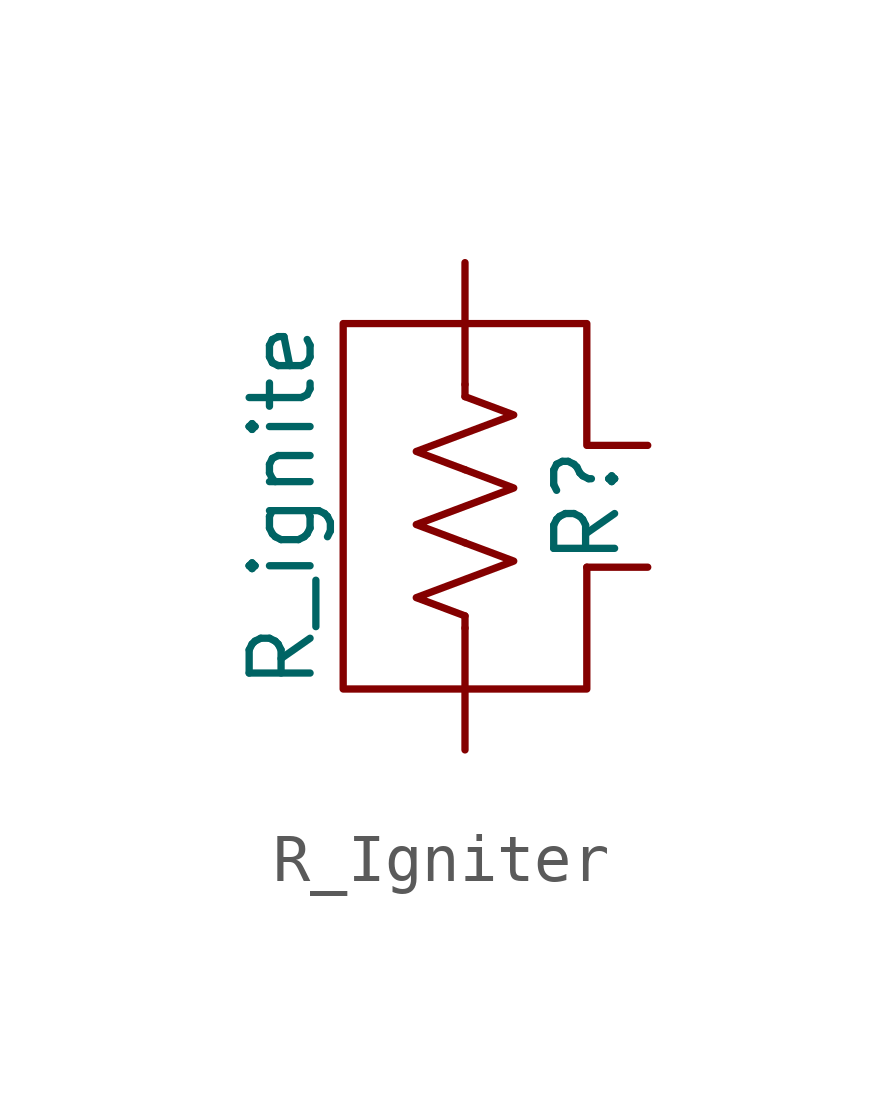
<source format=kicad_sym>
(kicad_symbol_lib
  (version 20231120)
  (generator "kicad_symbol_editor")
  (generator_version "8.0")
  (symbol "R_Igniter"
    (pin_numbers hide)
    (pin_names
      (offset 0))
    (property "Reference" "R"
      (at 2.54 0 90)
      (effects (font (size 1.27 1.27))))
    (property "Value" "R_ignite"
      (at -3.81 0 90)
      (effects (font (size 1.27 1.27))))
    (symbol "R_Igniter_0_1"
      (polyline (pts (xy 0 -2.54) (xy 0 -3.81)) (stroke (width 0) (type default)) (fill (type none)))
      (polyline (pts (xy 0 -2.286) (xy 0 -2.54)) (stroke (width 0) (type default)) (fill (type none)))
      (polyline (pts (xy 0 2.286) (xy 0 2.54)) (stroke (width 0) (type default)) (fill (type none)))
      (polyline (pts (xy 0 2.54) (xy 0 3.81)) (stroke (width 0) (type default)) (fill (type none)))
      (polyline (pts (xy 2.54 -1.27) (xy 3.81 -1.27)) (stroke (width 0) (type default)) (fill (type none)))
      (polyline (pts (xy 0 -0.762) (xy 1.016 -1.143) (xy 0 -1.524) (xy -1.016 -1.905) (xy 0 -2.286)) (stroke (width 0) (type default)) (fill (type none)))
      (polyline (pts (xy 0 0.762) (xy 1.016 0.381) (xy 0 0) (xy -1.016 -0.381) (xy 0 -0.762)) (stroke (width 0) (type default)) (fill (type none)))
      (polyline (pts (xy 0 2.286) (xy 1.016 1.905) (xy 0 1.524) (xy -1.016 1.143) (xy 0 0.762)) (stroke (width 0) (type default)) (fill (type none)))
      (polyline (pts (xy 3.81 1.27) (xy 2.54 1.27) (xy 2.54 3.81) (xy -2.54 3.81) (xy -2.54 -3.81) (xy 2.54 -3.81) (xy 2.54 -1.27)) (stroke (width 0) (type default)) (fill (type none))))
    (symbol "R_Igniter_1_1"
      (pin passive line (at 0 5.08 270) (length 1.27) (name "~" (effects (font (size 1.27 1.27)))) (number "1" (effects (font (size 1.27 1.27)))))
      (pin passive line (at 0 -5.08 90) (length 1.27) (name "~" (effects (font (size 1.27 1.27)))) (number "2" (effects (font (size 1.27 1.27))))))))
</source>
